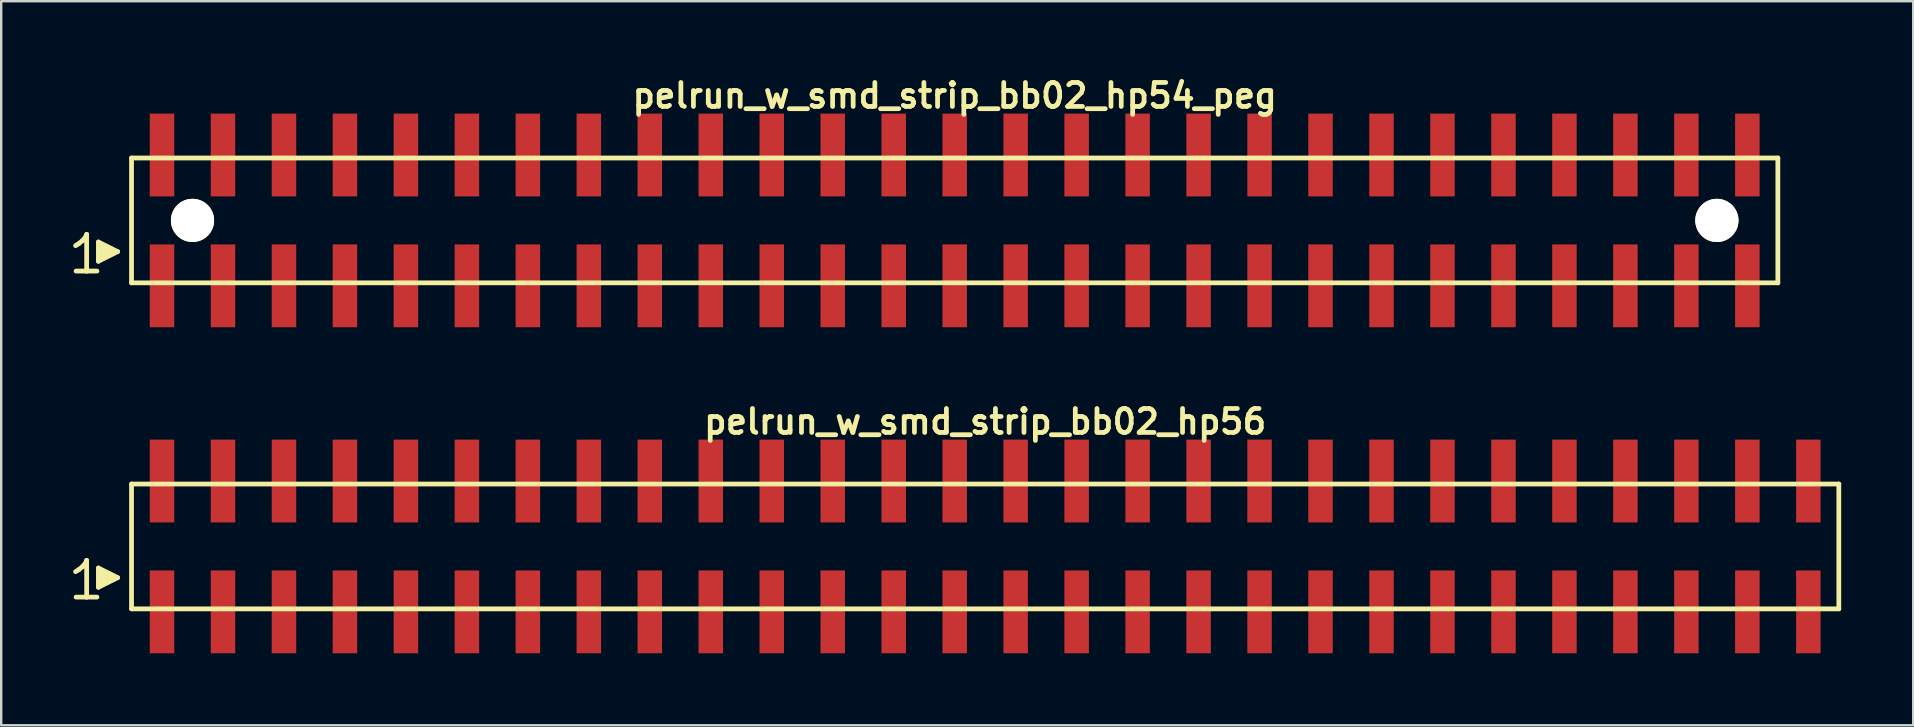
<source format=kicad_pcb>
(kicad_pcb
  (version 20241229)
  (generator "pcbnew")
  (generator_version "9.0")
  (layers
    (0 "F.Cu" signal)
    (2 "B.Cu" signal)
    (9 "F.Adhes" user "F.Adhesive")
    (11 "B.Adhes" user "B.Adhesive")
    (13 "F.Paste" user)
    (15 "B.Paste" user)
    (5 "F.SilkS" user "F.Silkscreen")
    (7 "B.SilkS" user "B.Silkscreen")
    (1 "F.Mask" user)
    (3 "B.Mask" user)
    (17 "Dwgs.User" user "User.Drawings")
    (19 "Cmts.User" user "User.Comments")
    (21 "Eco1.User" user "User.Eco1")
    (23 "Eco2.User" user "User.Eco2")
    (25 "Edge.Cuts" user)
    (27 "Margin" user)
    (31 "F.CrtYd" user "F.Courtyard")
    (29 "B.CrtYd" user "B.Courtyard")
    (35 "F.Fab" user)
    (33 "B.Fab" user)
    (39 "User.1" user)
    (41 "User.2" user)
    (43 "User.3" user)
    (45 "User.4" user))
  (footprint "pelrun_w_smd_strip_bb02_hp54_peg"
    (layer "F.Cu")
    (at 36.719 6.132)
    (property "Reference" "pelrun_w_smd_strip_bb02_hp54_peg" (at 0 -5.2 0) (layer "F.SilkS") (effects (font (size 0.998 0.998) (thickness 0.198))))
    (attr through_hole)
    (fp_line (start -36.62 1.05) (end -36.49 0.97) (stroke (width 0.198) (type solid)) (layer "F.SilkS"))
    (fp_line (start -36.49 0.97) (end -36.33 0.84) (stroke (width 0.198) (type solid)) (layer "F.SilkS"))
    (fp_line (start -36.33 0.84) (end -36.19 0.67) (stroke (width 0.198) (type solid)) (layer "F.SilkS"))
    (fp_line (start -36.19 0.67) (end -36.16 0.58) (stroke (width 0.198) (type solid)) (layer "F.SilkS"))
    (fp_line (start -36.16 0.58) (end -36.16 2.11) (stroke (width 0.198) (type solid)) (layer "F.SilkS"))
    (fp_line (start -36.16 2.11) (end -36.6 2.11) (stroke (width 0.198) (type solid)) (layer "F.SilkS"))
    (fp_line (start -35.73 2.11) (end -36.17 2.11) (stroke (width 0.198) (type solid)) (layer "F.SilkS"))
    (fp_line (start -35.67 0.9) (end -34.87 1.3) (stroke (width 0.198) (type solid)) (layer "F.SilkS"))
    (fp_line (start -35.67 1.7) (end -35.67 0.9) (stroke (width 0.198) (type solid)) (layer "F.SilkS"))
    (fp_line (start -35.57 1.6) (end -35.57 1) (stroke (width 0.198) (type solid)) (layer "F.SilkS"))
    (fp_line (start -35.47 1.1) (end -35.47 1.5) (stroke (width 0.198) (type solid)) (layer "F.SilkS"))
    (fp_line (start -35.37 1.5) (end -35.37 1.1) (stroke (width 0.198) (type solid)) (layer "F.SilkS"))
    (fp_line (start -35.27 1.2) (end -35.27 1.4) (stroke (width 0.198) (type solid)) (layer "F.SilkS"))
    (fp_line (start -35.17 1.4) (end -35.17 1.2) (stroke (width 0.198) (type solid)) (layer "F.SilkS"))
    (fp_line (start -34.87 1.3) (end -35.67 1.7) (stroke (width 0.198) (type solid)) (layer "F.SilkS"))
    (fp_line (start -34.29 -2.6) (end -34.29 2.6) (stroke (width 0.198) (type solid)) (layer "F.SilkS"))
    (fp_line (start -34.29 -2.6) (end 34.29 -2.6) (stroke (width 0.198) (type solid)) (layer "F.SilkS"))
    (fp_line (start 34.29 2.6) (end -34.29 2.6) (stroke (width 0.198) (type solid)) (layer "F.SilkS"))
    (fp_line (start 34.29 2.6) (end 34.29 -2.6) (stroke (width 0.198) (type solid)) (layer "F.SilkS"))
    (pad "" np_thru_hole circle (at -31.75 0) (size 1.8 1.8) (drill 1.8) (layers "*.Cu" "*.Mask" "F.SilkS"))
    (pad "" np_thru_hole circle (at 31.75 0) (size 1.8 1.8) (drill 1.8) (layers "*.Cu" "*.Mask" "F.SilkS"))
    (pad "1" smd rect (at -33.02 2.725) (size 1.02 3.45) (layers "F.Cu" "F.Mask" "F.Paste"))
    (pad "2" smd rect (at -33.02 -2.725) (size 1.02 3.45) (layers "F.Cu" "F.Mask" "F.Paste"))
    (pad "3" smd rect (at -30.48 2.725) (size 1.02 3.45) (layers "F.Cu" "F.Mask" "F.Paste"))
    (pad "4" smd rect (at -30.48 -2.725) (size 1.02 3.45) (layers "F.Cu" "F.Mask" "F.Paste"))
    (pad "5" smd rect (at -27.94 2.725) (size 1.02 3.45) (layers "F.Cu" "F.Mask" "F.Paste"))
    (pad "6" smd rect (at -27.94 -2.725) (size 1.02 3.45) (layers "F.Cu" "F.Mask" "F.Paste"))
    (pad "7" smd rect (at -25.4 2.725) (size 1.02 3.45) (layers "F.Cu" "F.Mask" "F.Paste"))
    (pad "8" smd rect (at -25.4 -2.725) (size 1.02 3.45) (layers "F.Cu" "F.Mask" "F.Paste"))
    (pad "9" smd rect (at -22.86 2.725) (size 1.02 3.45) (layers "F.Cu" "F.Mask" "F.Paste"))
    (pad "10" smd rect (at -22.86 -2.725) (size 1.02 3.45) (layers "F.Cu" "F.Mask" "F.Paste"))
    (pad "11" smd rect (at -20.32 2.725) (size 1.02 3.45) (layers "F.Cu" "F.Mask" "F.Paste"))
    (pad "12" smd rect (at -20.32 -2.725) (size 1.02 3.45) (layers "F.Cu" "F.Mask" "F.Paste"))
    (pad "13" smd rect (at -17.78 2.725) (size 1.02 3.45) (layers "F.Cu" "F.Mask" "F.Paste"))
    (pad "14" smd rect (at -17.78 -2.725) (size 1.02 3.45) (layers "F.Cu" "F.Mask" "F.Paste"))
    (pad "15" smd rect (at -15.24 2.725) (size 1.02 3.45) (layers "F.Cu" "F.Mask" "F.Paste"))
    (pad "16" smd rect (at -15.24 -2.725) (size 1.02 3.45) (layers "F.Cu" "F.Mask" "F.Paste"))
    (pad "17" smd rect (at -12.7 2.725) (size 1.02 3.45) (layers "F.Cu" "F.Mask" "F.Paste"))
    (pad "18" smd rect (at -12.7 -2.725) (size 1.02 3.45) (layers "F.Cu" "F.Mask" "F.Paste"))
    (pad "19" smd rect (at -10.16 2.725) (size 1.02 3.45) (layers "F.Cu" "F.Mask" "F.Paste"))
    (pad "20" smd rect (at -10.16 -2.725) (size 1.02 3.45) (layers "F.Cu" "F.Mask" "F.Paste"))
    (pad "21" smd rect (at -7.62 2.725) (size 1.02 3.45) (layers "F.Cu" "F.Mask" "F.Paste"))
    (pad "22" smd rect (at -7.62 -2.725) (size 1.02 3.45) (layers "F.Cu" "F.Mask" "F.Paste"))
    (pad "23" smd rect (at -5.08 2.725) (size 1.02 3.45) (layers "F.Cu" "F.Mask" "F.Paste"))
    (pad "24" smd rect (at -5.08 -2.725) (size 1.02 3.45) (layers "F.Cu" "F.Mask" "F.Paste"))
    (pad "25" smd rect (at -2.54 2.725) (size 1.02 3.45) (layers "F.Cu" "F.Mask" "F.Paste"))
    (pad "26" smd rect (at -2.54 -2.725) (size 1.02 3.45) (layers "F.Cu" "F.Mask" "F.Paste"))
    (pad "27" smd rect (at 0 2.725) (size 1.02 3.45) (layers "F.Cu" "F.Mask" "F.Paste"))
    (pad "28" smd rect (at 0 -2.725) (size 1.02 3.45) (layers "F.Cu" "F.Mask" "F.Paste"))
    (pad "29" smd rect (at 2.54 2.725) (size 1.02 3.45) (layers "F.Cu" "F.Mask" "F.Paste"))
    (pad "30" smd rect (at 2.54 -2.725) (size 1.02 3.45) (layers "F.Cu" "F.Mask" "F.Paste"))
    (pad "31" smd rect (at 5.08 2.725) (size 1.02 3.45) (layers "F.Cu" "F.Mask" "F.Paste"))
    (pad "32" smd rect (at 5.08 -2.725) (size 1.02 3.45) (layers "F.Cu" "F.Mask" "F.Paste"))
    (pad "33" smd rect (at 7.62 2.725) (size 1.02 3.45) (layers "F.Cu" "F.Mask" "F.Paste"))
    (pad "34" smd rect (at 7.62 -2.725) (size 1.02 3.45) (layers "F.Cu" "F.Mask" "F.Paste"))
    (pad "35" smd rect (at 10.16 2.725) (size 1.02 3.45) (layers "F.Cu" "F.Mask" "F.Paste"))
    (pad "36" smd rect (at 10.16 -2.725) (size 1.02 3.45) (layers "F.Cu" "F.Mask" "F.Paste"))
    (pad "37" smd rect (at 12.7 2.725) (size 1.02 3.45) (layers "F.Cu" "F.Mask" "F.Paste"))
    (pad "38" smd rect (at 12.7 -2.725) (size 1.02 3.45) (layers "F.Cu" "F.Mask" "F.Paste"))
    (pad "39" smd rect (at 15.24 2.725) (size 1.02 3.45) (layers "F.Cu" "F.Mask" "F.Paste"))
    (pad "40" smd rect (at 15.24 -2.725) (size 1.02 3.45) (layers "F.Cu" "F.Mask" "F.Paste"))
    (pad "41" smd rect (at 17.78 2.725) (size 1.02 3.45) (layers "F.Cu" "F.Mask" "F.Paste"))
    (pad "42" smd rect (at 17.78 -2.725) (size 1.02 3.45) (layers "F.Cu" "F.Mask" "F.Paste"))
    (pad "43" smd rect (at 20.32 2.725) (size 1.02 3.45) (layers "F.Cu" "F.Mask" "F.Paste"))
    (pad "44" smd rect (at 20.32 -2.725) (size 1.02 3.45) (layers "F.Cu" "F.Mask" "F.Paste"))
    (pad "45" smd rect (at 22.86 2.725) (size 1.02 3.45) (layers "F.Cu" "F.Mask" "F.Paste"))
    (pad "46" smd rect (at 22.86 -2.725) (size 1.02 3.45) (layers "F.Cu" "F.Mask" "F.Paste"))
    (pad "47" smd rect (at 25.4 2.725) (size 1.02 3.45) (layers "F.Cu" "F.Mask" "F.Paste"))
    (pad "48" smd rect (at 25.4 -2.725) (size 1.02 3.45) (layers "F.Cu" "F.Mask" "F.Paste"))
    (pad "49" smd rect (at 27.94 2.725) (size 1.02 3.45) (layers "F.Cu" "F.Mask" "F.Paste"))
    (pad "50" smd rect (at 27.94 -2.725) (size 1.02 3.45) (layers "F.Cu" "F.Mask" "F.Paste"))
    (pad "51" smd rect (at 30.48 2.725) (size 1.02 3.45) (layers "F.Cu" "F.Mask" "F.Paste"))
    (pad "52" smd rect (at 30.48 -2.725) (size 1.02 3.45) (layers "F.Cu" "F.Mask" "F.Paste"))
    (pad "53" smd rect (at 33.02 2.725) (size 1.02 3.45) (layers "F.Cu" "F.Mask" "F.Paste"))
    (pad "54" smd rect (at 33.02 -2.725) (size 1.02 3.45) (layers "F.Cu" "F.Mask" "F.Paste")))
  (footprint "pelrun_w_smd_strip_bb02_hp56"
    (layer "F.Cu")
    (at 37.989 19.713)
    (property "Reference" "pelrun_w_smd_strip_bb02_hp56" (at 0 -5.2 0) (layer "F.SilkS") (effects (font (size 0.998 0.998) (thickness 0.198))))
    (attr through_hole)
    (fp_line (start -37.89 1.05) (end -37.76 0.97) (stroke (width 0.198) (type solid)) (layer "F.SilkS"))
    (fp_line (start -37.76 0.97) (end -37.6 0.84) (stroke (width 0.198) (type solid)) (layer "F.SilkS"))
    (fp_line (start -37.6 0.84) (end -37.46 0.67) (stroke (width 0.198) (type solid)) (layer "F.SilkS"))
    (fp_line (start -37.46 0.67) (end -37.43 0.58) (stroke (width 0.198) (type solid)) (layer "F.SilkS"))
    (fp_line (start -37.43 0.58) (end -37.43 2.11) (stroke (width 0.198) (type solid)) (layer "F.SilkS"))
    (fp_line (start -37.43 2.11) (end -37.87 2.11) (stroke (width 0.198) (type solid)) (layer "F.SilkS"))
    (fp_line (start -37 2.11) (end -37.44 2.11) (stroke (width 0.198) (type solid)) (layer "F.SilkS"))
    (fp_line (start -36.94 0.9) (end -36.14 1.3) (stroke (width 0.198) (type solid)) (layer "F.SilkS"))
    (fp_line (start -36.94 1.7) (end -36.94 0.9) (stroke (width 0.198) (type solid)) (layer "F.SilkS"))
    (fp_line (start -36.84 1.6) (end -36.84 1) (stroke (width 0.198) (type solid)) (layer "F.SilkS"))
    (fp_line (start -36.74 1.1) (end -36.74 1.5) (stroke (width 0.198) (type solid)) (layer "F.SilkS"))
    (fp_line (start -36.64 1.5) (end -36.64 1.1) (stroke (width 0.198) (type solid)) (layer "F.SilkS"))
    (fp_line (start -36.54 1.2) (end -36.54 1.4) (stroke (width 0.198) (type solid)) (layer "F.SilkS"))
    (fp_line (start -36.44 1.4) (end -36.44 1.2) (stroke (width 0.198) (type solid)) (layer "F.SilkS"))
    (fp_line (start -36.14 1.3) (end -36.94 1.7) (stroke (width 0.198) (type solid)) (layer "F.SilkS"))
    (fp_line (start -35.56 -2.6) (end -35.56 2.6) (stroke (width 0.198) (type solid)) (layer "F.SilkS"))
    (fp_line (start -35.56 -2.6) (end 35.56 -2.6) (stroke (width 0.198) (type solid)) (layer "F.SilkS"))
    (fp_line (start 35.56 2.6) (end -35.56 2.6) (stroke (width 0.198) (type solid)) (layer "F.SilkS"))
    (fp_line (start 35.56 2.6) (end 35.56 -2.6) (stroke (width 0.198) (type solid)) (layer "F.SilkS"))
    (pad "1" smd rect (at -34.29 2.725) (size 1.02 3.45) (layers "F.Cu" "F.Mask" "F.Paste"))
    (pad "2" smd rect (at -34.29 -2.725) (size 1.02 3.45) (layers "F.Cu" "F.Mask" "F.Paste"))
    (pad "3" smd rect (at -31.75 2.725) (size 1.02 3.45) (layers "F.Cu" "F.Mask" "F.Paste"))
    (pad "4" smd rect (at -31.75 -2.725) (size 1.02 3.45) (layers "F.Cu" "F.Mask" "F.Paste"))
    (pad "5" smd rect (at -29.21 2.725) (size 1.02 3.45) (layers "F.Cu" "F.Mask" "F.Paste"))
    (pad "6" smd rect (at -29.21 -2.725) (size 1.02 3.45) (layers "F.Cu" "F.Mask" "F.Paste"))
    (pad "7" smd rect (at -26.67 2.725) (size 1.02 3.45) (layers "F.Cu" "F.Mask" "F.Paste"))
    (pad "8" smd rect (at -26.67 -2.725) (size 1.02 3.45) (layers "F.Cu" "F.Mask" "F.Paste"))
    (pad "9" smd rect (at -24.13 2.725) (size 1.02 3.45) (layers "F.Cu" "F.Mask" "F.Paste"))
    (pad "10" smd rect (at -24.13 -2.725) (size 1.02 3.45) (layers "F.Cu" "F.Mask" "F.Paste"))
    (pad "11" smd rect (at -21.59 2.725) (size 1.02 3.45) (layers "F.Cu" "F.Mask" "F.Paste"))
    (pad "12" smd rect (at -21.59 -2.725) (size 1.02 3.45) (layers "F.Cu" "F.Mask" "F.Paste"))
    (pad "13" smd rect (at -19.05 2.725) (size 1.02 3.45) (layers "F.Cu" "F.Mask" "F.Paste"))
    (pad "14" smd rect (at -19.05 -2.725) (size 1.02 3.45) (layers "F.Cu" "F.Mask" "F.Paste"))
    (pad "15" smd rect (at -16.51 2.725) (size 1.02 3.45) (layers "F.Cu" "F.Mask" "F.Paste"))
    (pad "16" smd rect (at -16.51 -2.725) (size 1.02 3.45) (layers "F.Cu" "F.Mask" "F.Paste"))
    (pad "17" smd rect (at -13.97 2.725) (size 1.02 3.45) (layers "F.Cu" "F.Mask" "F.Paste"))
    (pad "18" smd rect (at -13.97 -2.725) (size 1.02 3.45) (layers "F.Cu" "F.Mask" "F.Paste"))
    (pad "19" smd rect (at -11.43 2.725) (size 1.02 3.45) (layers "F.Cu" "F.Mask" "F.Paste"))
    (pad "20" smd rect (at -11.43 -2.725) (size 1.02 3.45) (layers "F.Cu" "F.Mask" "F.Paste"))
    (pad "21" smd rect (at -8.89 2.725) (size 1.02 3.45) (layers "F.Cu" "F.Mask" "F.Paste"))
    (pad "22" smd rect (at -8.89 -2.725) (size 1.02 3.45) (layers "F.Cu" "F.Mask" "F.Paste"))
    (pad "23" smd rect (at -6.35 2.725) (size 1.02 3.45) (layers "F.Cu" "F.Mask" "F.Paste"))
    (pad "24" smd rect (at -6.35 -2.725) (size 1.02 3.45) (layers "F.Cu" "F.Mask" "F.Paste"))
    (pad "25" smd rect (at -3.81 2.725) (size 1.02 3.45) (layers "F.Cu" "F.Mask" "F.Paste"))
    (pad "26" smd rect (at -3.81 -2.725) (size 1.02 3.45) (layers "F.Cu" "F.Mask" "F.Paste"))
    (pad "27" smd rect (at -1.27 2.725) (size 1.02 3.45) (layers "F.Cu" "F.Mask" "F.Paste"))
    (pad "28" smd rect (at -1.27 -2.725) (size 1.02 3.45) (layers "F.Cu" "F.Mask" "F.Paste"))
    (pad "29" smd rect (at 1.27 2.725) (size 1.02 3.45) (layers "F.Cu" "F.Mask" "F.Paste"))
    (pad "30" smd rect (at 1.27 -2.725) (size 1.02 3.45) (layers "F.Cu" "F.Mask" "F.Paste"))
    (pad "31" smd rect (at 3.81 2.725) (size 1.02 3.45) (layers "F.Cu" "F.Mask" "F.Paste"))
    (pad "32" smd rect (at 3.81 -2.725) (size 1.02 3.45) (layers "F.Cu" "F.Mask" "F.Paste"))
    (pad "33" smd rect (at 6.35 2.725) (size 1.02 3.45) (layers "F.Cu" "F.Mask" "F.Paste"))
    (pad "34" smd rect (at 6.35 -2.725) (size 1.02 3.45) (layers "F.Cu" "F.Mask" "F.Paste"))
    (pad "35" smd rect (at 8.89 2.725) (size 1.02 3.45) (layers "F.Cu" "F.Mask" "F.Paste"))
    (pad "36" smd rect (at 8.89 -2.725) (size 1.02 3.45) (layers "F.Cu" "F.Mask" "F.Paste"))
    (pad "37" smd rect (at 11.43 2.725) (size 1.02 3.45) (layers "F.Cu" "F.Mask" "F.Paste"))
    (pad "38" smd rect (at 11.43 -2.725) (size 1.02 3.45) (layers "F.Cu" "F.Mask" "F.Paste"))
    (pad "39" smd rect (at 13.97 2.725) (size 1.02 3.45) (layers "F.Cu" "F.Mask" "F.Paste"))
    (pad "40" smd rect (at 13.97 -2.725) (size 1.02 3.45) (layers "F.Cu" "F.Mask" "F.Paste"))
    (pad "41" smd rect (at 16.51 2.725) (size 1.02 3.45) (layers "F.Cu" "F.Mask" "F.Paste"))
    (pad "42" smd rect (at 16.51 -2.725) (size 1.02 3.45) (layers "F.Cu" "F.Mask" "F.Paste"))
    (pad "43" smd rect (at 19.05 2.725) (size 1.02 3.45) (layers "F.Cu" "F.Mask" "F.Paste"))
    (pad "44" smd rect (at 19.05 -2.725) (size 1.02 3.45) (layers "F.Cu" "F.Mask" "F.Paste"))
    (pad "45" smd rect (at 21.59 2.725) (size 1.02 3.45) (layers "F.Cu" "F.Mask" "F.Paste"))
    (pad "46" smd rect (at 21.59 -2.725) (size 1.02 3.45) (layers "F.Cu" "F.Mask" "F.Paste"))
    (pad "47" smd rect (at 24.13 2.725) (size 1.02 3.45) (layers "F.Cu" "F.Mask" "F.Paste"))
    (pad "48" smd rect (at 24.13 -2.725) (size 1.02 3.45) (layers "F.Cu" "F.Mask" "F.Paste"))
    (pad "49" smd rect (at 26.67 2.725) (size 1.02 3.45) (layers "F.Cu" "F.Mask" "F.Paste"))
    (pad "50" smd rect (at 26.67 -2.725) (size 1.02 3.45) (layers "F.Cu" "F.Mask" "F.Paste"))
    (pad "51" smd rect (at 29.21 2.725) (size 1.02 3.45) (layers "F.Cu" "F.Mask" "F.Paste"))
    (pad "52" smd rect (at 29.21 -2.725) (size 1.02 3.45) (layers "F.Cu" "F.Mask" "F.Paste"))
    (pad "53" smd rect (at 31.75 2.725) (size 1.02 3.45) (layers "F.Cu" "F.Mask" "F.Paste"))
    (pad "54" smd rect (at 31.75 -2.725) (size 1.02 3.45) (layers "F.Cu" "F.Mask" "F.Paste"))
    (pad "55" smd rect (at 34.29 2.725) (size 1.02 3.45) (layers "F.Cu" "F.Mask" "F.Paste"))
    (pad "56" smd rect (at 34.29 -2.725) (size 1.02 3.45) (layers "F.Cu" "F.Mask" "F.Paste")))
  (gr_rect
    (start -3 -3)
    (end 76.648 27.163)
    (stroke (width 0.1) (type default))
    (fill no)
    (layer "Edge.Cuts")))
</source>
